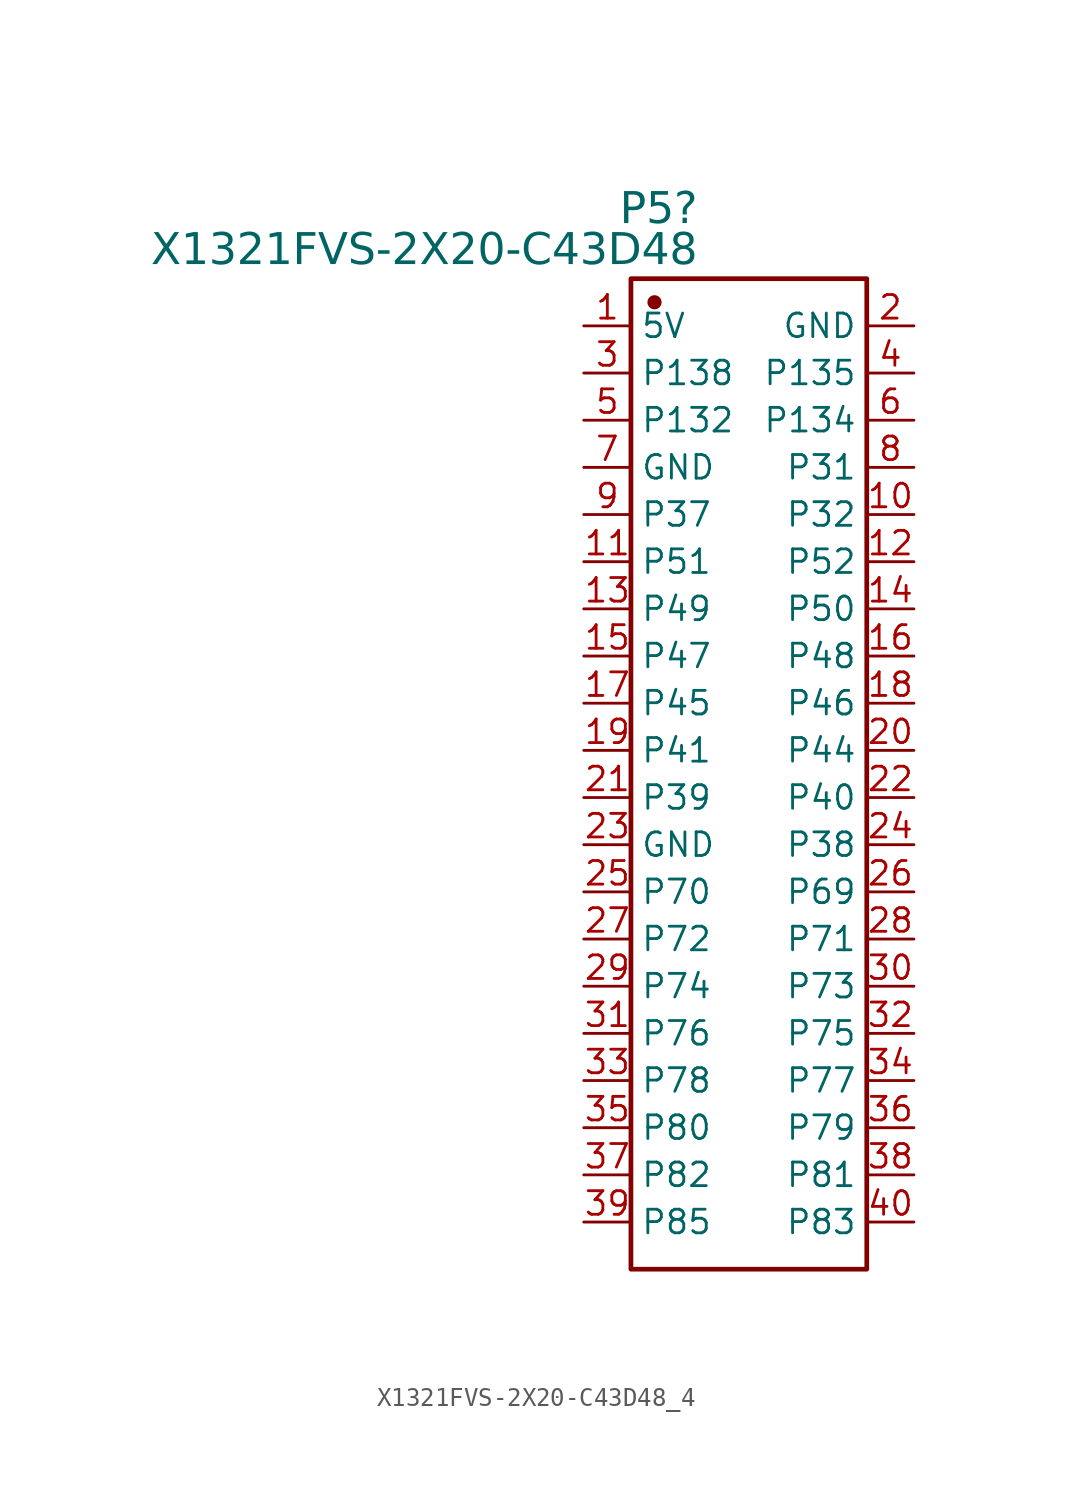
<source format=kicad_sym>
(kicad_symbol_lib
  (version 20241209)
  (generator "kicad_symbol_editor")
  (generator_version "9.0")
  (symbol "X1321FVS-2X20-C43D48_4"
    (property "Reference" "P5"
      (at -1.499 31.356 0)
      (effects (font (face "Arial") (size 1.689 1.689)) (justify right top)))
    (property "Value" "X1321FVS-2X20-C43D48"
      (at -1.499 29.146 0)
      (effects (font (face "Arial") (size 1.689 1.689)) (justify right top)))
    (symbol "X1321FVS-2X20-C43D48_4_0_0"
      (rectangle (start -5.08 26.67) (end 7.62 -26.67) (stroke (width 0.254) (type solid)) (fill (type none)))
      (circle (center -3.81 25.4) (radius 0.254) (stroke (width 0.254) (type solid)) (fill (type outline)))
      (pin passive line (at -7.62 24.13 0) (length 2.54) (name "5V" (effects (font (size 1.27 1.27)))) (number "1" (effects (font (size 1.27 1.27)))))
      (pin passive line (at -7.62 21.59 0) (length 2.54) (name "P138" (effects (font (size 1.27 1.27)))) (number "3" (effects (font (size 1.27 1.27)))))
      (pin passive line (at -7.62 19.05 0) (length 2.54) (name "P132" (effects (font (size 1.27 1.27)))) (number "5" (effects (font (size 1.27 1.27)))))
      (pin passive line (at -7.62 16.51 0) (length 2.54) (name "GND" (effects (font (size 1.27 1.27)))) (number "7" (effects (font (size 1.27 1.27)))))
      (pin passive line (at -7.62 13.97 0) (length 2.54) (name "P37" (effects (font (size 1.27 1.27)))) (number "9" (effects (font (size 1.27 1.27)))))
      (pin passive line (at -7.62 11.43 0) (length 2.54) (name "P51" (effects (font (size 1.27 1.27)))) (number "11" (effects (font (size 1.27 1.27)))))
      (pin passive line (at -7.62 8.89 0) (length 2.54) (name "P49" (effects (font (size 1.27 1.27)))) (number "13" (effects (font (size 1.27 1.27)))))
      (pin passive line (at -7.62 6.35 0) (length 2.54) (name "P47" (effects (font (size 1.27 1.27)))) (number "15" (effects (font (size 1.27 1.27)))))
      (pin passive line (at -7.62 3.81 0) (length 2.54) (name "P45" (effects (font (size 1.27 1.27)))) (number "17" (effects (font (size 1.27 1.27)))))
      (pin passive line (at -7.62 1.27 0) (length 2.54) (name "P41" (effects (font (size 1.27 1.27)))) (number "19" (effects (font (size 1.27 1.27)))))
      (pin passive line (at -7.62 -1.27 0) (length 2.54) (name "P39" (effects (font (size 1.27 1.27)))) (number "21" (effects (font (size 1.27 1.27)))))
      (pin passive line (at -7.62 -3.81 0) (length 2.54) (name "GND" (effects (font (size 1.27 1.27)))) (number "23" (effects (font (size 1.27 1.27)))))
      (pin passive line (at -7.62 -6.35 0) (length 2.54) (name "P70" (effects (font (size 1.27 1.27)))) (number "25" (effects (font (size 1.27 1.27)))))
      (pin passive line (at -7.62 -8.89 0) (length 2.54) (name "P72" (effects (font (size 1.27 1.27)))) (number "27" (effects (font (size 1.27 1.27)))))
      (pin passive line (at -7.62 -11.43 0) (length 2.54) (name "P74" (effects (font (size 1.27 1.27)))) (number "29" (effects (font (size 1.27 1.27)))))
      (pin passive line (at -7.62 -13.97 0) (length 2.54) (name "P76" (effects (font (size 1.27 1.27)))) (number "31" (effects (font (size 1.27 1.27)))))
      (pin passive line (at -7.62 -16.51 0) (length 2.54) (name "P78" (effects (font (size 1.27 1.27)))) (number "33" (effects (font (size 1.27 1.27)))))
      (pin passive line (at -7.62 -19.05 0) (length 2.54) (name "P80" (effects (font (size 1.27 1.27)))) (number "35" (effects (font (size 1.27 1.27)))))
      (pin passive line (at -7.62 -21.59 0) (length 2.54) (name "P82" (effects (font (size 1.27 1.27)))) (number "37" (effects (font (size 1.27 1.27)))))
      (pin passive line (at -7.62 -24.13 0) (length 2.54) (name "P85" (effects (font (size 1.27 1.27)))) (number "39" (effects (font (size 1.27 1.27)))))
      (pin passive line (at 10.16 24.13 180) (length 2.54) (name "GND" (effects (font (size 1.27 1.27)))) (number "2" (effects (font (size 1.27 1.27)))))
      (pin passive line (at 10.16 21.59 180) (length 2.54) (name "P135" (effects (font (size 1.27 1.27)))) (number "4" (effects (font (size 1.27 1.27)))))
      (pin passive line (at 10.16 19.05 180) (length 2.54) (name "P134" (effects (font (size 1.27 1.27)))) (number "6" (effects (font (size 1.27 1.27)))))
      (pin passive line (at 10.16 16.51 180) (length 2.54) (name "P31" (effects (font (size 1.27 1.27)))) (number "8" (effects (font (size 1.27 1.27)))))
      (pin passive line (at 10.16 13.97 180) (length 2.54) (name "P32" (effects (font (size 1.27 1.27)))) (number "10" (effects (font (size 1.27 1.27)))))
      (pin passive line (at 10.16 11.43 180) (length 2.54) (name "P52" (effects (font (size 1.27 1.27)))) (number "12" (effects (font (size 1.27 1.27)))))
      (pin passive line (at 10.16 8.89 180) (length 2.54) (name "P50" (effects (font (size 1.27 1.27)))) (number "14" (effects (font (size 1.27 1.27)))))
      (pin passive line (at 10.16 6.35 180) (length 2.54) (name "P48" (effects (font (size 1.27 1.27)))) (number "16" (effects (font (size 1.27 1.27)))))
      (pin passive line (at 10.16 3.81 180) (length 2.54) (name "P46" (effects (font (size 1.27 1.27)))) (number "18" (effects (font (size 1.27 1.27)))))
      (pin passive line (at 10.16 1.27 180) (length 2.54) (name "P44" (effects (font (size 1.27 1.27)))) (number "20" (effects (font (size 1.27 1.27)))))
      (pin passive line (at 10.16 -1.27 180) (length 2.54) (name "P40" (effects (font (size 1.27 1.27)))) (number "22" (effects (font (size 1.27 1.27)))))
      (pin passive line (at 10.16 -3.81 180) (length 2.54) (name "P38" (effects (font (size 1.27 1.27)))) (number "24" (effects (font (size 1.27 1.27)))))
      (pin passive line (at 10.16 -6.35 180) (length 2.54) (name "P69" (effects (font (size 1.27 1.27)))) (number "26" (effects (font (size 1.27 1.27)))))
      (pin passive line (at 10.16 -8.89 180) (length 2.54) (name "P71" (effects (font (size 1.27 1.27)))) (number "28" (effects (font (size 1.27 1.27)))))
      (pin passive line (at 10.16 -11.43 180) (length 2.54) (name "P73" (effects (font (size 1.27 1.27)))) (number "30" (effects (font (size 1.27 1.27)))))
      (pin passive line (at 10.16 -13.97 180) (length 2.54) (name "P75" (effects (font (size 1.27 1.27)))) (number "32" (effects (font (size 1.27 1.27)))))
      (pin passive line (at 10.16 -16.51 180) (length 2.54) (name "P77" (effects (font (size 1.27 1.27)))) (number "34" (effects (font (size 1.27 1.27)))))
      (pin passive line (at 10.16 -19.05 180) (length 2.54) (name "P79" (effects (font (size 1.27 1.27)))) (number "36" (effects (font (size 1.27 1.27)))))
      (pin passive line (at 10.16 -21.59 180) (length 2.54) (name "P81" (effects (font (size 1.27 1.27)))) (number "38" (effects (font (size 1.27 1.27)))))
      (pin passive line (at 10.16 -24.13 180) (length 2.54) (name "P83" (effects (font (size 1.27 1.27)))) (number "40" (effects (font (size 1.27 1.27))))))))
</source>
